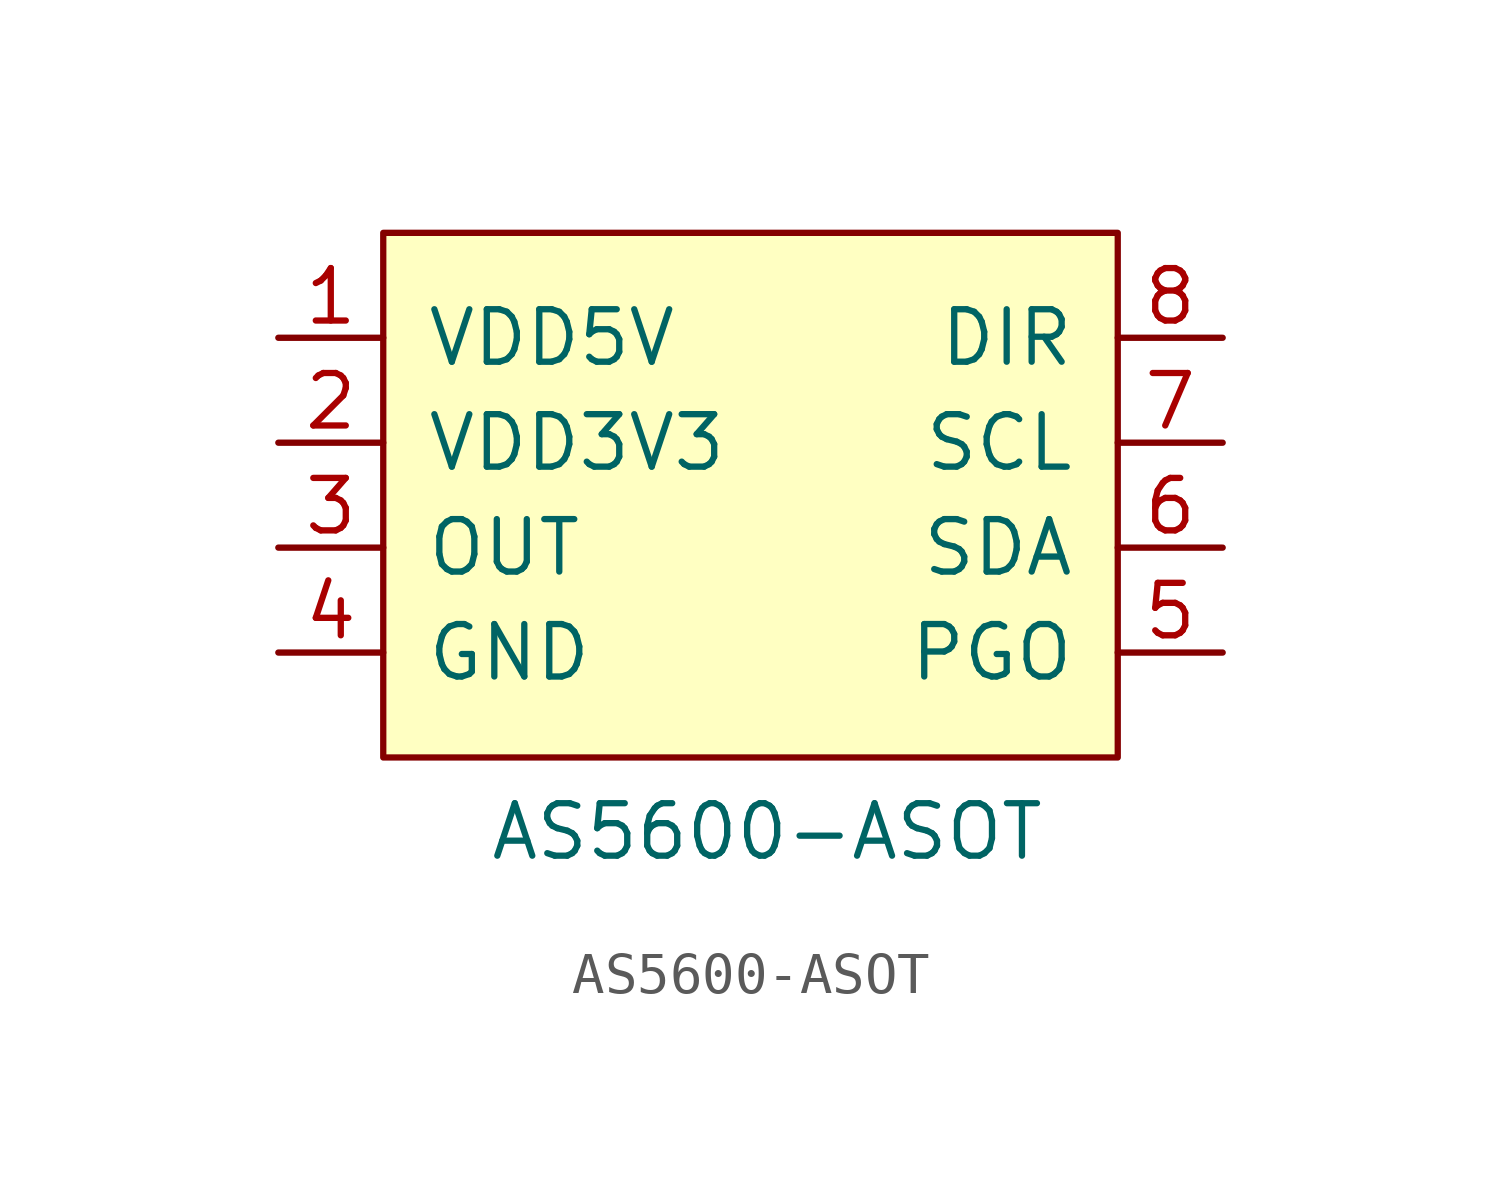
<source format=kicad_sym>
(kicad_symbol_lib
  (version 20211014)
  (generator kicad_symbol_editor)
  (symbol "AS5600-ASOT"
    (pin_names
      (offset 1.016))
    (property "Reference" "IC"
      (at 6.35 5.08 0)
      (effects (font (size 1.27 1.27)) (justify left bottom) hide))
    (property "Value" "AS5600-ASOT"
      (at 8.89 -12.7 0)
      (effects (font (size 1.27 1.27)) (justify left bottom)))
    (symbol "AS5600-ASOT_0_0"
      (rectangle (start 6.35 2.54) (end 24.13 -10.16) (stroke (width 0.152) (type default) (color 0 0 0 0)) (fill (type background)))
      (pin bidirectional line (at 3.81 0 0) (length 2.54) (name "VDD5V" (effects (font (size 1.27 1.27)))) (number "1" (effects (font (size 1.27 1.27)))))
      (pin bidirectional line (at 3.81 -2.54 0) (length 2.54) (name "VDD3V3" (effects (font (size 1.27 1.27)))) (number "2" (effects (font (size 1.27 1.27)))))
      (pin bidirectional line (at 3.81 -5.08 0) (length 2.54) (name "OUT" (effects (font (size 1.27 1.27)))) (number "3" (effects (font (size 1.27 1.27)))))
      (pin bidirectional line (at 3.81 -7.62 0) (length 2.54) (name "GND" (effects (font (size 1.27 1.27)))) (number "4" (effects (font (size 1.27 1.27)))))
      (pin bidirectional line (at 26.67 -7.62 180) (length 2.54) (name "PGO" (effects (font (size 1.27 1.27)))) (number "5" (effects (font (size 1.27 1.27)))))
      (pin bidirectional line (at 26.67 -5.08 180) (length 2.54) (name "SDA" (effects (font (size 1.27 1.27)))) (number "6" (effects (font (size 1.27 1.27)))))
      (pin bidirectional line (at 26.67 -2.54 180) (length 2.54) (name "SCL" (effects (font (size 1.27 1.27)))) (number "7" (effects (font (size 1.27 1.27)))))
      (pin bidirectional line (at 26.67 0 180) (length 2.54) (name "DIR" (effects (font (size 1.27 1.27)))) (number "8" (effects (font (size 1.27 1.27))))))))
</source>
